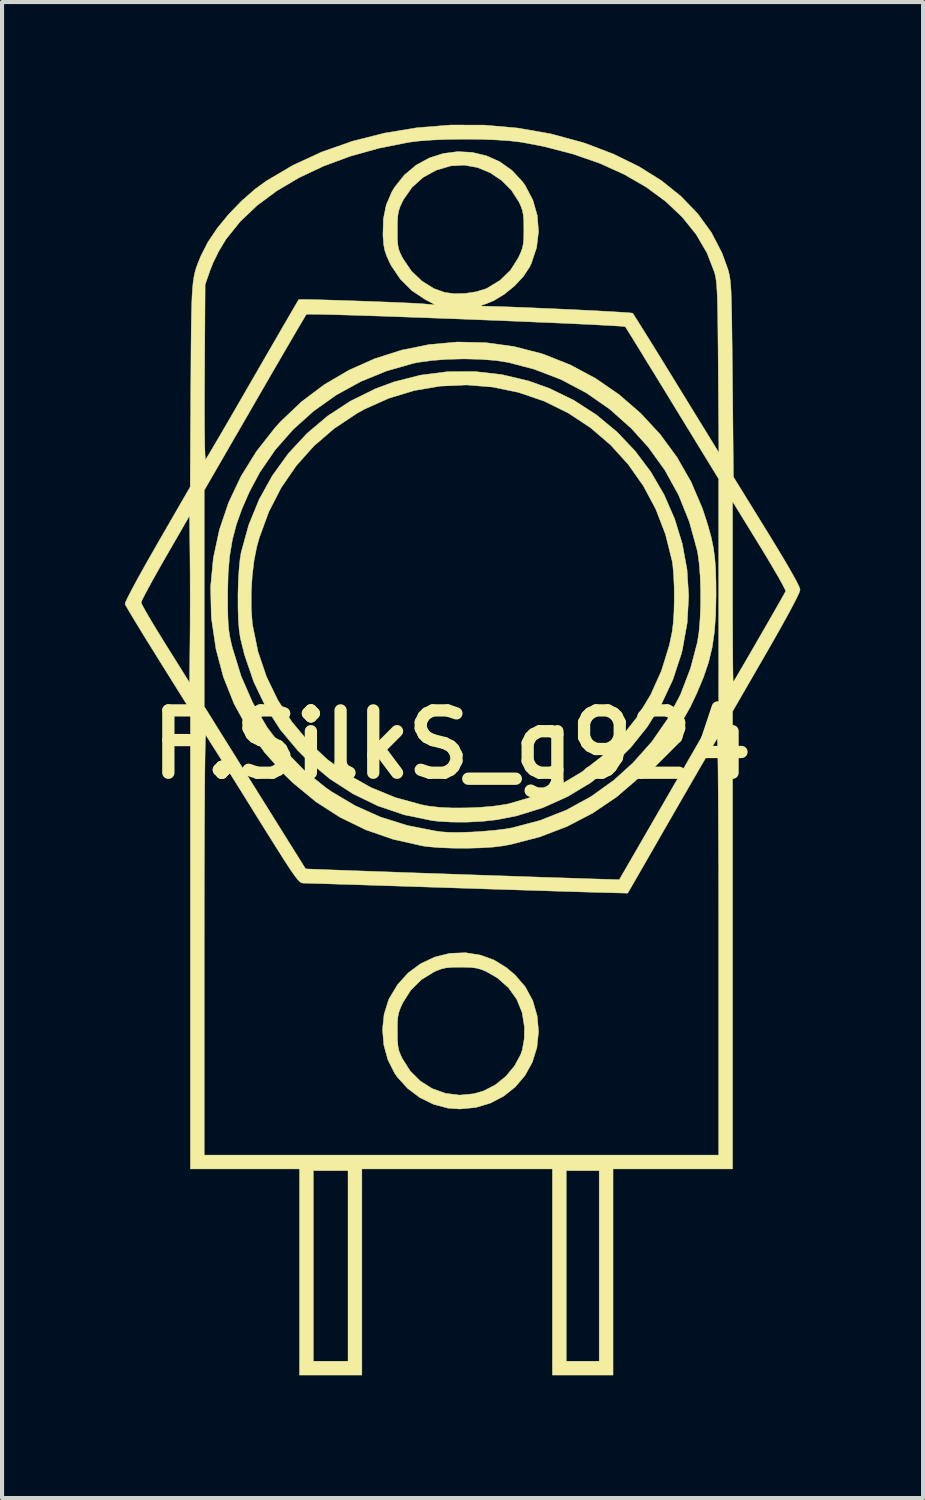
<source format=kicad_pcb>
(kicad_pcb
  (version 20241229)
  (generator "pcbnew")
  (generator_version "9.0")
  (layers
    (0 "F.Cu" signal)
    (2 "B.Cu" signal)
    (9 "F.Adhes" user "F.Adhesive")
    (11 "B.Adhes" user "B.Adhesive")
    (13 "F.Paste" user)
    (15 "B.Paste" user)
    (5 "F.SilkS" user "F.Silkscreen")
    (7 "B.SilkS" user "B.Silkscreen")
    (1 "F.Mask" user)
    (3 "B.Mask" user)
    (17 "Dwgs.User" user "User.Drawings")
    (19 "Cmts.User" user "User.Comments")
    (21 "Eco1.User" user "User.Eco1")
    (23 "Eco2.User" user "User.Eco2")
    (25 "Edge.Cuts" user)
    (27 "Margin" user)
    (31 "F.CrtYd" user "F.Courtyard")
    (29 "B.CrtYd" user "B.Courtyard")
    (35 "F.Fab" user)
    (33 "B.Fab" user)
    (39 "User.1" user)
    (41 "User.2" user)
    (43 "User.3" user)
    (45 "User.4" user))
  (footprint "F.SilkS_g924"
    (layer "F.Cu")
    (at 7.995 15.146)
    (property "Reference" "F.SilkS_g924" (at 0 0 0) (layer "F.SilkS") (effects (font (size 1.524 1.524) (thickness 0.3))))
    (attr through_hole)
    (fp_poly (pts (xy 0.7 5.146) (xy 1.025 5.264) (xy 1.327 5.449) (xy 1.538 5.626) (xy 1.791 5.919) (xy 1.974 6.257) (xy 2.083 6.632) (xy 2.117 7.011) (xy 2.077 7.402) (xy 1.965 7.763) (xy 1.787 8.086) (xy 1.551 8.365) (xy 1.266 8.593) (xy 0.939 8.764) (xy 0.579 8.871) (xy 0.192 8.907) (xy -0.097 8.886) (xy -0.447 8.794) (xy -0.782 8.63) (xy -1.084 8.403) (xy -1.336 8.126) (xy -1.399 8.035) (xy -1.565 7.706) (xy -1.665 7.343) (xy -1.693 7.006) (xy -1.333 7.006) (xy -1.331 7.211) (xy -1.32 7.358) (xy -1.297 7.474) (xy -1.255 7.585) (xy -1.214 7.672) (xy -1.02 7.978) (xy -0.772 8.224) (xy -0.482 8.408) (xy -0.16 8.523) (xy 0.182 8.567) (xy 0.533 8.534) (xy 0.775 8.464) (xy 1.059 8.318) (xy 1.316 8.109) (xy 1.529 7.854) (xy 1.681 7.573) (xy 1.719 7.461) (xy 1.768 7.185) (xy 1.772 6.906) (xy 1.715 6.549) (xy 1.583 6.225) (xy 1.38 5.941) (xy 1.111 5.704) (xy 0.847 5.551) (xy 0.719 5.497) (xy 0.598 5.464) (xy 0.456 5.447) (xy 0.264 5.441) (xy 0.212 5.441) (xy 0.007 5.444) (xy -0.142 5.457) (xy -0.264 5.485) (xy -0.388 5.533) (xy -0.431 5.552) (xy -0.745 5.745) (xy -1.004 6) (xy -1.196 6.302) (xy -1.26 6.439) (xy -1.3 6.552) (xy -1.323 6.669) (xy -1.332 6.818) (xy -1.333 7.006) (xy -1.693 7.006) (xy -1.697 6.968) (xy -1.659 6.597) (xy -1.552 6.249) (xy -1.535 6.211) (xy -1.33 5.868) (xy -1.07 5.581) (xy -0.763 5.354) (xy -0.42 5.193) (xy -0.052 5.102) (xy 0.332 5.087) (xy 0.7 5.146)) (stroke (width 0.01) (type solid)) (fill yes) (layer "F.SilkS"))
    (fp_poly (pts (xy 1.223 -9.041) (xy 1.875 -8.886) (xy 2.378 -8.707) (xy 2.981 -8.413) (xy 3.534 -8.055) (xy 4.035 -7.639) (xy 4.478 -7.172) (xy 4.863 -6.659) (xy 5.185 -6.106) (xy 5.441 -5.521) (xy 5.629 -4.909) (xy 5.745 -4.276) (xy 5.786 -3.629) (xy 5.749 -2.973) (xy 5.631 -2.315) (xy 5.61 -2.228) (xy 5.401 -1.59) (xy 5.12 -0.989) (xy 4.773 -0.431) (xy 4.364 0.079) (xy 3.899 0.536) (xy 3.384 0.936) (xy 2.824 1.273) (xy 2.224 1.543) (xy 1.591 1.74) (xy 1.09 1.839) (xy 0.746 1.877) (xy 0.37 1.896) (xy -0.003 1.895) (xy -0.343 1.875) (xy -0.486 1.858) (xy -1.164 1.718) (xy -1.808 1.5) (xy -2.416 1.206) (xy -2.987 0.837) (xy -3.52 0.391) (xy -3.769 0.144) (xy -4.193 -0.362) (xy -4.55 -0.919) (xy -4.842 -1.528) (xy -5.069 -2.19) (xy -5.171 -2.603) (xy -5.2 -2.795) (xy -5.219 -3.05) (xy -5.228 -3.33) (xy -4.905 -3.33) (xy -4.88 -2.976) (xy -4.872 -2.916) (xy -4.74 -2.272) (xy -4.533 -1.66) (xy -4.255 -1.085) (xy -3.911 -0.554) (xy -3.507 -0.069) (xy -3.047 0.363) (xy -2.535 0.738) (xy -1.977 1.051) (xy -1.377 1.297) (xy -0.74 1.471) (xy -0.574 1.503) (xy -0.314 1.534) (xy 0.004 1.549) (xy 0.352 1.548) (xy 0.706 1.533) (xy 1.038 1.503) (xy 1.323 1.461) (xy 1.397 1.445) (xy 2.029 1.258) (xy 2.622 0.998) (xy 3.174 0.67) (xy 3.678 0.279) (xy 4.129 -0.169) (xy 4.524 -0.669) (xy 4.856 -1.216) (xy 5.121 -1.806) (xy 5.314 -2.432) (xy 5.381 -2.752) (xy 5.408 -2.967) (xy 5.426 -3.238) (xy 5.433 -3.541) (xy 5.431 -3.85) (xy 5.418 -4.139) (xy 5.397 -4.383) (xy 5.381 -4.487) (xy 5.219 -5.136) (xy 4.983 -5.749) (xy 4.678 -6.321) (xy 4.307 -6.848) (xy 3.876 -7.323) (xy 3.387 -7.742) (xy 2.847 -8.099) (xy 2.258 -8.39) (xy 2.244 -8.395) (xy 1.626 -8.606) (xy 0.992 -8.737) (xy 0.351 -8.788) (xy -0.289 -8.759) (xy -0.921 -8.651) (xy -1.537 -8.465) (xy -2.128 -8.201) (xy -2.317 -8.097) (xy -2.875 -7.726) (xy -3.372 -7.298) (xy -3.805 -6.814) (xy -4.173 -6.277) (xy -4.475 -5.69) (xy -4.708 -5.054) (xy -4.769 -4.835) (xy -4.835 -4.506) (xy -4.881 -4.125) (xy -4.905 -3.723) (xy -4.905 -3.33) (xy -5.228 -3.33) (xy -5.228 -3.347) (xy -5.229 -3.665) (xy -5.221 -3.984) (xy -5.203 -4.281) (xy -5.178 -4.537) (xy -5.151 -4.699) (xy -4.967 -5.366) (xy -4.71 -5.995) (xy -4.384 -6.58) (xy -3.995 -7.117) (xy -3.545 -7.601) (xy -3.039 -8.029) (xy -2.481 -8.394) (xy -1.875 -8.693) (xy -1.418 -8.863) (xy -0.771 -9.028) (xy -0.109 -9.113) (xy 0.559 -9.117) (xy 1.223 -9.041)) (stroke (width 0.01) (type solid)) (fill yes) (layer "F.SilkS"))
    (fp_poly (pts (xy 0.822 -9.823) (xy 1.51 -9.729) (xy 2.188 -9.555) (xy 2.234 -9.54) (xy 2.891 -9.28) (xy 3.511 -8.948) (xy 4.087 -8.551) (xy 4.614 -8.094) (xy 5.087 -7.583) (xy 5.498 -7.024) (xy 5.843 -6.422) (xy 6.116 -5.783) (xy 6.159 -5.658) (xy 6.258 -5.349) (xy 6.333 -5.079) (xy 6.386 -4.828) (xy 6.422 -4.573) (xy 6.444 -4.293) (xy 6.453 -3.968) (xy 6.455 -3.662) (xy 6.446 -3.178) (xy 6.415 -2.755) (xy 6.359 -2.372) (xy 6.271 -2.007) (xy 6.146 -1.64) (xy 5.981 -1.247) (xy 5.821 -0.91) (xy 5.462 -0.278) (xy 5.04 0.3) (xy 4.56 0.82) (xy 4.025 1.28) (xy 3.441 1.675) (xy 2.811 2.003) (xy 2.14 2.259) (xy 1.432 2.442) (xy 1.254 2.475) (xy 1.009 2.506) (xy 0.705 2.525) (xy 0.369 2.534) (xy 0.025 2.532) (xy -0.3 2.52) (xy -0.582 2.496) (xy -0.72 2.477) (xy -1.436 2.316) (xy -2.106 2.084) (xy -2.733 1.779) (xy -3.321 1.401) (xy -3.873 0.947) (xy -4.086 0.743) (xy -4.577 0.195) (xy -4.99 -0.385) (xy -5.326 -0.999) (xy -5.585 -1.648) (xy -5.767 -2.334) (xy -5.874 -3.057) (xy -5.882 -3.144) (xy -5.894 -3.67) (xy -5.481 -3.67) (xy -5.481 -3.641) (xy -5.479 -3.344) (xy -5.475 -3.114) (xy -5.466 -2.931) (xy -5.451 -2.778) (xy -5.428 -2.635) (xy -5.396 -2.486) (xy -5.367 -2.369) (xy -5.152 -1.671) (xy -4.868 -1.021) (xy -4.517 -0.421) (xy -4.102 0.127) (xy -3.623 0.619) (xy -3.081 1.056) (xy -2.947 1.149) (xy -2.362 1.496) (xy -1.749 1.77) (xy -1.098 1.975) (xy -0.4 2.113) (xy -0.254 2.133) (xy -0.063 2.146) (xy 0.188 2.147) (xy 0.476 2.138) (xy 0.777 2.119) (xy 1.067 2.093) (xy 1.324 2.061) (xy 1.468 2.035) (xy 2.154 1.854) (xy 2.795 1.601) (xy 3.394 1.274) (xy 3.953 0.874) (xy 4.425 0.447) (xy 4.884 -0.069) (xy 5.27 -0.624) (xy 5.585 -1.221) (xy 5.831 -1.865) (xy 5.998 -2.498) (xy 6.037 -2.748) (xy 6.063 -3.058) (xy 6.077 -3.406) (xy 6.077 -3.766) (xy 6.066 -4.118) (xy 6.041 -4.436) (xy 6.004 -4.699) (xy 5.995 -4.741) (xy 5.803 -5.44) (xy 5.541 -6.093) (xy 5.207 -6.701) (xy 4.8 -7.266) (xy 4.383 -7.727) (xy 3.855 -8.197) (xy 3.282 -8.595) (xy 2.666 -8.921) (xy 2.006 -9.174) (xy 1.376 -9.339) (xy 1.064 -9.387) (xy 0.695 -9.415) (xy 0.295 -9.425) (xy -0.11 -9.415) (xy -0.494 -9.386) (xy -0.832 -9.339) (xy -0.928 -9.32) (xy -1.597 -9.13) (xy -2.232 -8.87) (xy -2.828 -8.542) (xy -3.378 -8.152) (xy -3.876 -7.705) (xy -4.317 -7.205) (xy -4.693 -6.658) (xy -4.95 -6.176) (xy -5.131 -5.762) (xy -5.269 -5.375) (xy -5.368 -4.994) (xy -5.434 -4.598) (xy -5.47 -4.164) (xy -5.481 -3.67) (xy -5.894 -3.67) (xy -5.898 -3.857) (xy -5.831 -4.56) (xy -5.684 -5.247) (xy -5.458 -5.915) (xy -5.155 -6.556) (xy -4.776 -7.167) (xy -4.325 -7.741) (xy -4.185 -7.895) (xy -3.676 -8.379) (xy -3.119 -8.797) (xy -2.521 -9.148) (xy -1.89 -9.429) (xy -1.232 -9.639) (xy -0.556 -9.776) (xy 0.131 -9.838) (xy 0.822 -9.823)) (stroke (width 0.01) (type solid)) (fill yes) (layer "F.SilkS"))
    (fp_poly (pts (xy 0.793 -15.139) (xy 1.61 -15.067) (xy 2.413 -14.926) (xy 3.195 -14.714) (xy 3.269 -14.69) (xy 3.955 -14.428) (xy 4.573 -14.124) (xy 5.123 -13.78) (xy 5.601 -13.395) (xy 6.008 -12.973) (xy 6.341 -12.513) (xy 6.598 -12.018) (xy 6.738 -11.634) (xy 6.758 -11.565) (xy 6.776 -11.497) (xy 6.79 -11.422) (xy 6.802 -11.333) (xy 6.812 -11.223) (xy 6.821 -11.084) (xy 6.828 -10.908) (xy 6.833 -10.689) (xy 6.839 -10.419) (xy 6.843 -10.091) (xy 6.848 -9.697) (xy 6.853 -9.229) (xy 6.856 -8.932) (xy 6.879 -6.54) (xy 7.694 -5.22) (xy 7.941 -4.816) (xy 8.145 -4.476) (xy 8.304 -4.201) (xy 8.419 -3.993) (xy 8.487 -3.853) (xy 8.509 -3.784) (xy 8.487 -3.715) (xy 8.423 -3.577) (xy 8.319 -3.375) (xy 8.177 -3.112) (xy 7.999 -2.792) (xy 7.787 -2.419) (xy 7.684 -2.239) (xy 6.858 -0.81) (xy 6.858 10.372) (xy 3.937 10.372) (xy 3.937 15.409) (xy 2.455 15.409) (xy 2.455 10.414) (xy 2.794 10.414) (xy 2.794 15.071) (xy 3.598 15.071) (xy 3.598 10.414) (xy 2.794 10.414) (xy 2.455 10.414) (xy 2.455 10.372) (xy -2.201 10.372) (xy -2.201 15.409) (xy -3.725 15.409) (xy -3.725 10.414) (xy -3.387 10.414) (xy -3.387 15.071) (xy -2.54 15.071) (xy -2.54 10.414) (xy -3.387 10.414) (xy -3.725 10.414) (xy -3.725 10.372) (xy -6.392 10.372) (xy -6.392 4.881) (xy -6.054 4.881) (xy -6.054 10.033) (xy 6.519 10.033) (xy 6.519 4.923) (xy 6.519 4.244) (xy 6.518 3.597) (xy 6.517 2.985) (xy 6.515 2.414) (xy 6.512 1.889) (xy 6.51 1.413) (xy 6.506 0.991) (xy 6.503 0.629) (xy 6.499 0.33) (xy 6.495 0.1) (xy 6.49 -0.057) (xy 6.485 -0.137) (xy 6.483 -0.146) (xy 6.455 -0.102) (xy 6.389 0.007) (xy 6.29 0.177) (xy 6.16 0.398) (xy 6.005 0.664) (xy 5.829 0.969) (xy 5.636 1.304) (xy 5.429 1.662) (xy 5.375 1.757) (xy 5.166 2.119) (xy 4.971 2.459) (xy 4.793 2.769) (xy 4.636 3.042) (xy 4.504 3.271) (xy 4.401 3.45) (xy 4.331 3.571) (xy 4.298 3.627) (xy 4.296 3.63) (xy 4.254 3.631) (xy 4.133 3.628) (xy 3.939 3.623) (xy 3.678 3.616) (xy 3.357 3.607) (xy 2.98 3.596) (xy 2.554 3.583) (xy 2.085 3.568) (xy 1.579 3.552) (xy 1.042 3.535) (xy 0.479 3.517) (xy 0.398 3.514) (xy -0.171 3.496) (xy -0.718 3.478) (xy -1.237 3.461) (xy -1.721 3.446) (xy -2.164 3.431) (xy -2.56 3.419) (xy -2.903 3.408) (xy -3.187 3.399) (xy -3.405 3.393) (xy -3.552 3.389) (xy -3.621 3.387) (xy -3.623 3.387) (xy -3.654 3.385) (xy -3.686 3.374) (xy -3.722 3.349) (xy -3.766 3.304) (xy -3.823 3.233) (xy -3.897 3.129) (xy -3.992 2.989) (xy -4.112 2.804) (xy -4.26 2.57) (xy -4.442 2.28) (xy -4.662 1.929) (xy -4.868 1.598) (xy -5.087 1.245) (xy -5.294 0.914) (xy -5.484 0.612) (xy -5.651 0.344) (xy -5.793 0.12) (xy -5.904 -0.055) (xy -5.979 -0.174) (xy -6.015 -0.228) (xy -6.017 -0.231) (xy -6.022 -0.194) (xy -6.027 -0.078) (xy -6.031 0.112) (xy -6.035 0.373) (xy -6.039 0.698) (xy -6.042 1.084) (xy -6.045 1.524) (xy -6.048 2.015) (xy -6.05 2.551) (xy -6.052 3.127) (xy -6.053 3.738) (xy -6.053 4.379) (xy -6.054 4.881) (xy -6.392 4.881) (xy -6.392 -0.838) (xy -7.182 -2.102) (xy -7.366 -2.398) (xy -7.537 -2.674) (xy -7.687 -2.92) (xy -7.813 -3.128) (xy -7.909 -3.29) (xy -7.97 -3.395) (xy -7.99 -3.435) (xy -7.979 -3.47) (xy -7.596 -3.47) (xy -7.574 -3.417) (xy -7.512 -3.304) (xy -7.417 -3.139) (xy -7.295 -2.933) (xy -7.151 -2.697) (xy -7.004 -2.459) (xy -6.413 -1.514) (xy -6.402 -2.535) (xy -6.399 -2.906) (xy -6.398 -3.328) (xy -6.398 -3.767) (xy -6.399 -4.189) (xy -6.402 -4.562) (xy -6.402 -4.574) (xy -6.413 -5.591) (xy -7.006 -4.563) (xy -7.16 -4.293) (xy -7.299 -4.045) (xy -7.418 -3.829) (xy -7.51 -3.655) (xy -7.572 -3.533) (xy -7.596 -3.472) (xy -7.596 -3.47) (xy -7.979 -3.47) (xy -7.974 -3.487) (xy -7.919 -3.604) (xy -7.829 -3.777) (xy -7.71 -4) (xy -7.564 -4.264) (xy -7.397 -4.56) (xy -7.213 -4.882) (xy -7.203 -4.9) (xy -6.445 -6.213) (xy -6.054 -6.213) (xy -6.054 -0.931) (xy -4.819 1.048) (xy -4.588 1.418) (xy -4.371 1.766) (xy -4.172 2.085) (xy -3.995 2.369) (xy -3.843 2.611) (xy -3.722 2.805) (xy -3.635 2.945) (xy -3.586 3.023) (xy -3.577 3.037) (xy -3.535 3.04) (xy -3.416 3.045) (xy -3.227 3.052) (xy -2.975 3.062) (xy -2.667 3.073) (xy -2.311 3.086) (xy -1.914 3.1) (xy -1.483 3.115) (xy -1.026 3.132) (xy -0.549 3.148) (xy -0.061 3.165) (xy 0.432 3.182) (xy 0.923 3.199) (xy 1.404 3.215) (xy 1.868 3.231) (xy 2.307 3.246) (xy 2.715 3.259) (xy 3.084 3.271) (xy 3.407 3.282) (xy 3.677 3.29) (xy 3.885 3.296) (xy 3.897 3.297) (xy 4.09 3.302) (xy 6.519 -0.902) (xy 6.519 -3.725) (xy 6.858 -3.725) (xy 6.858 -3.302) (xy 6.859 -2.905) (xy 6.861 -2.544) (xy 6.863 -2.226) (xy 6.865 -1.957) (xy 6.868 -1.747) (xy 6.871 -1.603) (xy 6.874 -1.533) (xy 6.875 -1.528) (xy 6.9 -1.567) (xy 6.962 -1.671) (xy 7.055 -1.83) (xy 7.174 -2.034) (xy 7.314 -2.275) (xy 7.468 -2.542) (xy 7.514 -2.622) (xy 7.673 -2.897) (xy 7.818 -3.15) (xy 7.944 -3.37) (xy 8.046 -3.549) (xy 8.117 -3.676) (xy 8.153 -3.742) (xy 8.156 -3.748) (xy 8.139 -3.795) (xy 8.083 -3.905) (xy 7.993 -4.068) (xy 7.873 -4.274) (xy 7.731 -4.515) (xy 7.57 -4.782) (xy 7.516 -4.869) (xy 6.858 -5.94) (xy 6.858 -3.725) (xy 6.519 -3.725) (xy 6.519 -6.491) (xy 5.39 -8.336) (xy 5.171 -8.695) (xy 4.965 -9.031) (xy 4.775 -9.339) (xy 4.608 -9.612) (xy 4.467 -9.842) (xy 4.355 -10.022) (xy 4.278 -10.146) (xy 4.24 -10.206) (xy 4.237 -10.211) (xy 4.191 -10.218) (xy 4.068 -10.228) (xy 3.874 -10.239) (xy 3.618 -10.253) (xy 3.306 -10.269) (xy 2.946 -10.286) (xy 2.545 -10.304) (xy 2.11 -10.322) (xy 1.648 -10.342) (xy 1.167 -10.362) (xy 0.674 -10.381) (xy 0.176 -10.401) (xy -0.32 -10.419) (xy -0.806 -10.437) (xy -1.275 -10.454) (xy -1.72 -10.47) (xy -2.134 -10.483) (xy -2.509 -10.495) (xy -2.838 -10.505) (xy -3.114 -10.512) (xy -3.33 -10.516) (xy -3.477 -10.517) (xy -3.551 -10.515) (xy -3.557 -10.513) (xy -3.584 -10.471) (xy -3.649 -10.362) (xy -3.749 -10.193) (xy -3.879 -9.97) (xy -4.037 -9.7) (xy -4.217 -9.39) (xy -4.417 -9.046) (xy -4.632 -8.674) (xy -4.822 -8.345) (xy -6.054 -6.213) (xy -6.445 -6.213) (xy -6.397 -6.295) (xy -6.386 -8.182) (xy -6.048 -8.182) (xy -6.047 -7.812) (xy -6.044 -7.502) (xy -6.04 -7.258) (xy -6.034 -7.084) (xy -6.027 -6.985) (xy -6.02 -6.964) (xy -5.992 -7.008) (xy -5.926 -7.118) (xy -5.826 -7.288) (xy -5.695 -7.51) (xy -5.539 -7.777) (xy -5.361 -8.084) (xy -5.166 -8.421) (xy -4.957 -8.783) (xy -4.871 -8.932) (xy -4.658 -9.301) (xy -4.458 -9.647) (xy -4.274 -9.964) (xy -4.112 -10.245) (xy -3.974 -10.482) (xy -3.865 -10.67) (xy -3.789 -10.8) (xy -3.749 -10.867) (xy -3.744 -10.875) (xy -3.699 -10.877) (xy -3.582 -10.877) (xy -3.402 -10.874) (xy -3.173 -10.868) (xy -2.905 -10.86) (xy -2.61 -10.851) (xy -2.299 -10.84) (xy -1.985 -10.829) (xy -1.677 -10.817) (xy -1.389 -10.806) (xy -1.131 -10.794) (xy -0.916 -10.784) (xy -0.753 -10.775) (xy -0.677 -10.769) (xy -0.402 -10.745) (xy -0.656 -10.878) (xy -0.981 -11.095) (xy -1.262 -11.375) (xy -1.484 -11.704) (xy -1.514 -11.762) (xy -1.592 -11.931) (xy -1.641 -12.073) (xy -1.669 -12.222) (xy -1.684 -12.414) (xy -1.686 -12.453) (xy -1.683 -12.573) (xy -1.333 -12.573) (xy -1.332 -12.37) (xy -1.324 -12.227) (xy -1.305 -12.118) (xy -1.269 -12.018) (xy -1.211 -11.902) (xy -1.188 -11.861) (xy -0.988 -11.569) (xy -0.734 -11.327) (xy -0.442 -11.145) (xy -0.181 -11.05) (xy 0.053 -11.019) (xy 0.323 -11.025) (xy 0.593 -11.066) (xy 0.825 -11.137) (xy 0.856 -11.151) (xy 1.176 -11.345) (xy 1.431 -11.593) (xy 1.618 -11.887) (xy 1.682 -12.025) (xy 1.723 -12.139) (xy 1.746 -12.255) (xy 1.755 -12.403) (xy 1.757 -12.594) (xy 1.754 -12.8) (xy 1.743 -12.948) (xy 1.719 -13.064) (xy 1.678 -13.175) (xy 1.642 -13.252) (xy 1.457 -13.542) (xy 1.216 -13.785) (xy 0.934 -13.974) (xy 0.625 -14.102) (xy 0.301 -14.16) (xy -0.024 -14.142) (xy -0.027 -14.142) (xy -0.389 -14.035) (xy -0.707 -13.859) (xy -0.974 -13.62) (xy -1.182 -13.323) (xy -1.214 -13.26) (xy -1.269 -13.141) (xy -1.304 -13.034) (xy -1.324 -12.916) (xy -1.332 -12.76) (xy -1.333 -12.573) (xy -1.683 -12.573) (xy -1.676 -12.844) (xy -1.606 -13.189) (xy -1.469 -13.507) (xy -1.399 -13.623) (xy -1.158 -13.925) (xy -0.873 -14.162) (xy -0.554 -14.336) (xy -0.212 -14.445) (xy 0.142 -14.491) (xy 0.498 -14.472) (xy 0.845 -14.389) (xy 1.172 -14.242) (xy 1.47 -14.03) (xy 1.726 -13.753) (xy 1.791 -13.661) (xy 1.977 -13.308) (xy 2.086 -12.929) (xy 2.116 -12.538) (xy 2.069 -12.146) (xy 1.942 -11.763) (xy 1.896 -11.667) (xy 1.743 -11.436) (xy 1.531 -11.21) (xy 1.283 -11.007) (xy 1.023 -10.849) (xy 0.836 -10.772) (xy 0.732 -10.738) (xy 0.703 -10.721) (xy 0.745 -10.715) (xy 0.783 -10.714) (xy 0.971 -10.71) (xy 1.212 -10.702) (xy 1.495 -10.692) (xy 1.81 -10.679) (xy 2.146 -10.665) (xy 2.493 -10.65) (xy 2.841 -10.634) (xy 3.179 -10.618) (xy 3.496 -10.602) (xy 3.783 -10.586) (xy 4.029 -10.572) (xy 4.222 -10.56) (xy 4.354 -10.55) (xy 4.414 -10.543) (xy 4.416 -10.542) (xy 4.445 -10.5) (xy 4.513 -10.394) (xy 4.616 -10.229) (xy 4.75 -10.015) (xy 4.911 -9.757) (xy 5.092 -9.463) (xy 5.291 -9.14) (xy 5.487 -8.821) (xy 6.524 -7.133) (xy 6.508 -9.207) (xy 6.504 -9.689) (xy 6.5 -10.094) (xy 6.496 -10.429) (xy 6.491 -10.703) (xy 6.485 -10.924) (xy 6.477 -11.1) (xy 6.468 -11.237) (xy 6.457 -11.345) (xy 6.443 -11.43) (xy 6.427 -11.501) (xy 6.418 -11.536) (xy 6.232 -12.016) (xy 5.969 -12.467) (xy 5.632 -12.886) (xy 5.225 -13.272) (xy 4.751 -13.621) (xy 4.213 -13.933) (xy 3.614 -14.204) (xy 2.958 -14.432) (xy 2.248 -14.616) (xy 1.714 -14.718) (xy 1.438 -14.752) (xy 1.098 -14.776) (xy 0.717 -14.791) (xy 0.315 -14.795) (xy -0.086 -14.79) (xy -0.466 -14.775) (xy -0.802 -14.75) (xy -1.053 -14.719) (xy -1.789 -14.572) (xy -2.486 -14.377) (xy -3.138 -14.136) (xy -3.738 -13.853) (xy -4.281 -13.531) (xy -4.762 -13.174) (xy -5.174 -12.783) (xy -5.512 -12.362) (xy -5.537 -12.325) (xy -5.697 -12.059) (xy -5.835 -11.779) (xy -5.907 -11.599) (xy -6.032 -11.239) (xy -6.045 -9.081) (xy -6.047 -8.606) (xy -6.048 -8.182) (xy -6.386 -8.182) (xy -6.382 -8.767) (xy -6.379 -9.302) (xy -6.376 -9.76) (xy -6.372 -10.148) (xy -6.367 -10.474) (xy -6.36 -10.746) (xy -6.351 -10.97) (xy -6.339 -11.154) (xy -6.324 -11.307) (xy -6.304 -11.435) (xy -6.28 -11.546) (xy -6.251 -11.647) (xy -6.215 -11.746) (xy -6.173 -11.851) (xy -6.131 -11.952) (xy -5.965 -12.277) (xy -5.736 -12.618) (xy -5.457 -12.959) (xy -5.143 -13.283) (xy -4.81 -13.575) (xy -4.541 -13.771) (xy -3.882 -14.159) (xy -3.175 -14.485) (xy -2.426 -14.747) (xy -1.646 -14.944) (xy -0.844 -15.076) (xy -0.028 -15.141) (xy 0.793 -15.139)) (stroke (width 0.01) (type solid)) (fill yes) (layer "F.SilkS")))
  (gr_rect
    (start -3 -3)
    (end 19.509 33.561)
    (stroke (width 0.1) (type default))
    (fill no)
    (layer "Edge.Cuts")))
</source>
